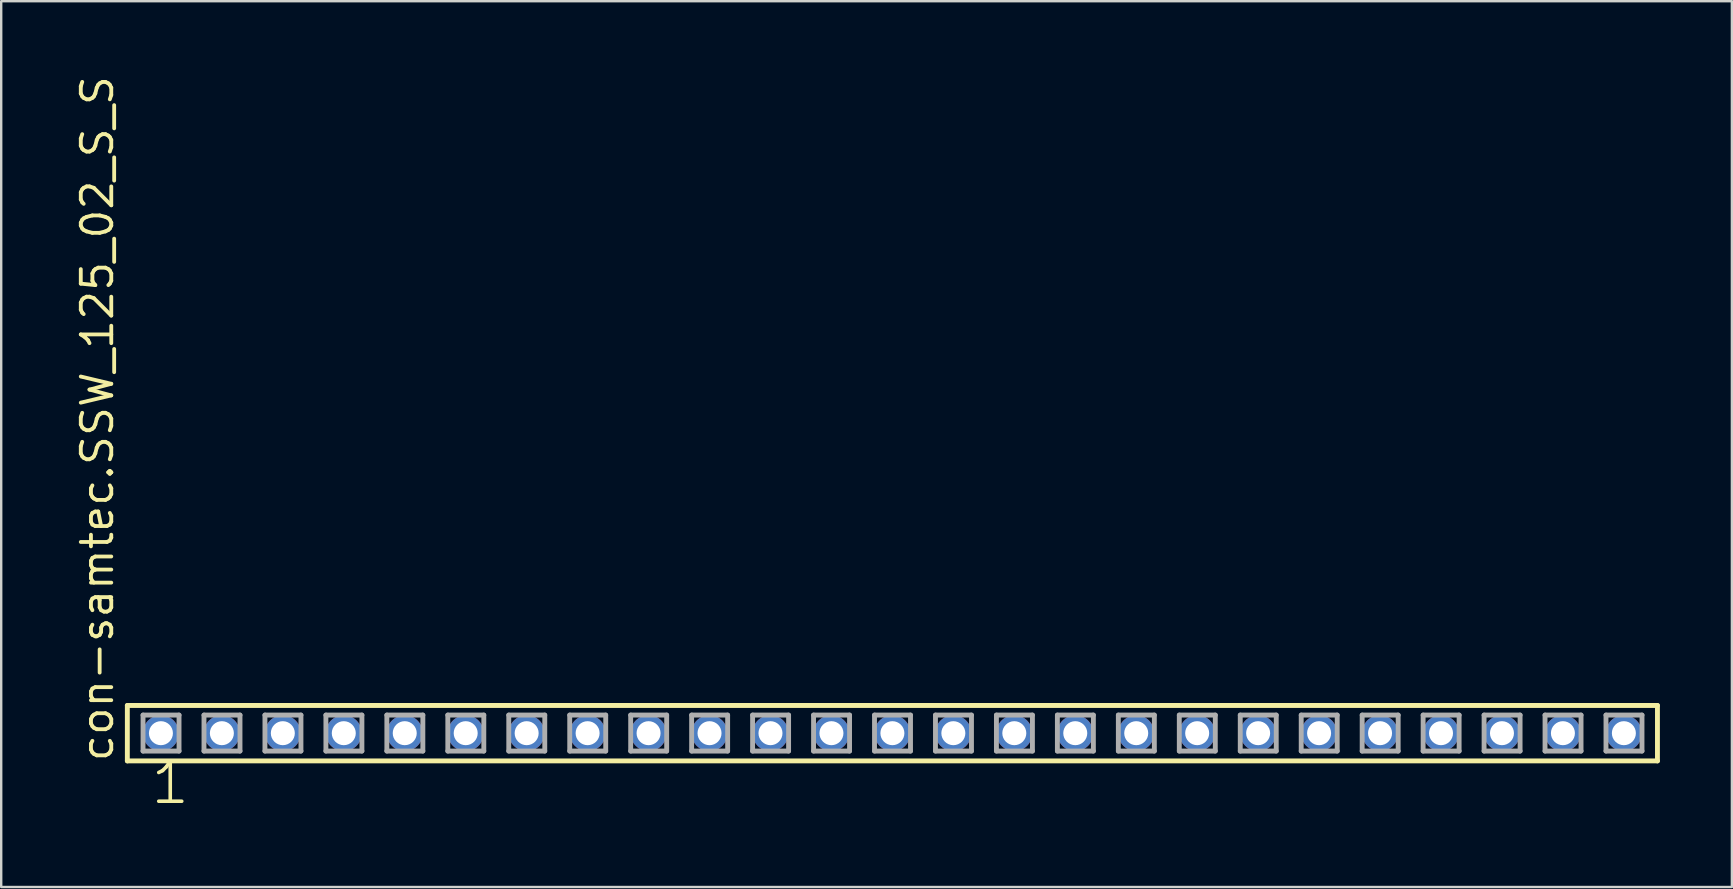
<source format=kicad_pcb>
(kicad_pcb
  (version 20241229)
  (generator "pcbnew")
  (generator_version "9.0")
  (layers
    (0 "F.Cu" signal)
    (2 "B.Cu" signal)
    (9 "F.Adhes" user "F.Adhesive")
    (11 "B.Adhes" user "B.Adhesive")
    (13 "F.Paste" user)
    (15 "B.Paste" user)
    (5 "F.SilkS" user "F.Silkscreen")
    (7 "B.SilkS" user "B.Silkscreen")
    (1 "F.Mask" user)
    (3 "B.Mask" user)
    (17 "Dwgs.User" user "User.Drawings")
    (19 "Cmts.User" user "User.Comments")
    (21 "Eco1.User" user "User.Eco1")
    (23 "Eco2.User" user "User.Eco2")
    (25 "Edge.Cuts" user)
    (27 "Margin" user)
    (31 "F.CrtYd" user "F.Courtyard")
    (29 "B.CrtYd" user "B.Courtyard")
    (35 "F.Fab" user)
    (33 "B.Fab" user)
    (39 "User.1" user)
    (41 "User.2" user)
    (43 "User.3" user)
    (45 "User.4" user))
  (footprint "con-samtec.SSW_125_02_S_S"
    (layer "F.Cu")
    (at 34.135 27.501)
    (property "Reference" "con-samtec.SSW_125_02_S_S" (at -32.385 1.27 90) (layer "F.SilkS") (effects (font (size 1.27 1.27) (thickness 0.16)) (justify left bottom)))
    (attr through_hole)
    (fp_line (start -31.879 -1.155) (end 31.879 -1.155) (stroke (width 0.203) (type default)) (layer "F.SilkS"))
    (fp_line (start -31.879 1.155) (end -31.879 -1.155) (stroke (width 0.203) (type default)) (layer "F.SilkS"))
    (fp_line (start 31.879 -1.155) (end 31.879 1.155) (stroke (width 0.203) (type default)) (layer "F.SilkS"))
    (fp_line (start 31.879 1.155) (end -31.879 1.155) (stroke (width 0.203) (type default)) (layer "F.SilkS"))
    (fp_line (start -31.225 -0.755) (end -29.725 -0.755) (stroke (width 0.203) (type default)) (layer "F.Fab"))
    (fp_line (start -31.225 0.745) (end -31.225 -0.755) (stroke (width 0.203) (type default)) (layer "F.Fab"))
    (fp_line (start -29.725 -0.755) (end -29.725 0.745) (stroke (width 0.203) (type default)) (layer "F.Fab"))
    (fp_line (start -29.725 0.745) (end -31.225 0.745) (stroke (width 0.203) (type default)) (layer "F.Fab"))
    (fp_line (start -28.685 -0.755) (end -27.185 -0.755) (stroke (width 0.203) (type default)) (layer "F.Fab"))
    (fp_line (start -28.685 0.745) (end -28.685 -0.755) (stroke (width 0.203) (type default)) (layer "F.Fab"))
    (fp_line (start -27.185 -0.755) (end -27.185 0.745) (stroke (width 0.203) (type default)) (layer "F.Fab"))
    (fp_line (start -27.185 0.745) (end -28.685 0.745) (stroke (width 0.203) (type default)) (layer "F.Fab"))
    (fp_line (start -26.145 -0.755) (end -24.645 -0.755) (stroke (width 0.203) (type default)) (layer "F.Fab"))
    (fp_line (start -26.145 0.745) (end -26.145 -0.755) (stroke (width 0.203) (type default)) (layer "F.Fab"))
    (fp_line (start -24.645 -0.755) (end -24.645 0.745) (stroke (width 0.203) (type default)) (layer "F.Fab"))
    (fp_line (start -24.645 0.745) (end -26.145 0.745) (stroke (width 0.203) (type default)) (layer "F.Fab"))
    (fp_line (start -23.605 -0.755) (end -22.105 -0.755) (stroke (width 0.203) (type default)) (layer "F.Fab"))
    (fp_line (start -23.605 0.745) (end -23.605 -0.755) (stroke (width 0.203) (type default)) (layer "F.Fab"))
    (fp_line (start -22.105 -0.755) (end -22.105 0.745) (stroke (width 0.203) (type default)) (layer "F.Fab"))
    (fp_line (start -22.105 0.745) (end -23.605 0.745) (stroke (width 0.203) (type default)) (layer "F.Fab"))
    (fp_line (start -21.065 -0.755) (end -19.565 -0.755) (stroke (width 0.203) (type default)) (layer "F.Fab"))
    (fp_line (start -21.065 0.745) (end -21.065 -0.755) (stroke (width 0.203) (type default)) (layer "F.Fab"))
    (fp_line (start -19.565 -0.755) (end -19.565 0.745) (stroke (width 0.203) (type default)) (layer "F.Fab"))
    (fp_line (start -19.565 0.745) (end -21.065 0.745) (stroke (width 0.203) (type default)) (layer "F.Fab"))
    (fp_line (start -18.525 -0.755) (end -17.025 -0.755) (stroke (width 0.203) (type default)) (layer "F.Fab"))
    (fp_line (start -18.525 0.745) (end -18.525 -0.755) (stroke (width 0.203) (type default)) (layer "F.Fab"))
    (fp_line (start -17.025 -0.755) (end -17.025 0.745) (stroke (width 0.203) (type default)) (layer "F.Fab"))
    (fp_line (start -17.025 0.745) (end -18.525 0.745) (stroke (width 0.203) (type default)) (layer "F.Fab"))
    (fp_line (start -15.985 -0.755) (end -14.485 -0.755) (stroke (width 0.203) (type default)) (layer "F.Fab"))
    (fp_line (start -15.985 0.745) (end -15.985 -0.755) (stroke (width 0.203) (type default)) (layer "F.Fab"))
    (fp_line (start -14.485 -0.755) (end -14.485 0.745) (stroke (width 0.203) (type default)) (layer "F.Fab"))
    (fp_line (start -14.485 0.745) (end -15.985 0.745) (stroke (width 0.203) (type default)) (layer "F.Fab"))
    (fp_line (start -13.445 -0.755) (end -11.945 -0.755) (stroke (width 0.203) (type default)) (layer "F.Fab"))
    (fp_line (start -13.445 0.745) (end -13.445 -0.755) (stroke (width 0.203) (type default)) (layer "F.Fab"))
    (fp_line (start -11.945 -0.755) (end -11.945 0.745) (stroke (width 0.203) (type default)) (layer "F.Fab"))
    (fp_line (start -11.945 0.745) (end -13.445 0.745) (stroke (width 0.203) (type default)) (layer "F.Fab"))
    (fp_line (start -10.905 -0.755) (end -9.405 -0.755) (stroke (width 0.203) (type default)) (layer "F.Fab"))
    (fp_line (start -10.905 0.745) (end -10.905 -0.755) (stroke (width 0.203) (type default)) (layer "F.Fab"))
    (fp_line (start -9.405 -0.755) (end -9.405 0.745) (stroke (width 0.203) (type default)) (layer "F.Fab"))
    (fp_line (start -9.405 0.745) (end -10.905 0.745) (stroke (width 0.203) (type default)) (layer "F.Fab"))
    (fp_line (start -8.365 -0.755) (end -6.865 -0.755) (stroke (width 0.203) (type default)) (layer "F.Fab"))
    (fp_line (start -8.365 0.745) (end -8.365 -0.755) (stroke (width 0.203) (type default)) (layer "F.Fab"))
    (fp_line (start -6.865 -0.755) (end -6.865 0.745) (stroke (width 0.203) (type default)) (layer "F.Fab"))
    (fp_line (start -6.865 0.745) (end -8.365 0.745) (stroke (width 0.203) (type default)) (layer "F.Fab"))
    (fp_line (start -5.825 -0.755) (end -4.325 -0.755) (stroke (width 0.203) (type default)) (layer "F.Fab"))
    (fp_line (start -5.825 0.745) (end -5.825 -0.755) (stroke (width 0.203) (type default)) (layer "F.Fab"))
    (fp_line (start -4.325 -0.755) (end -4.325 0.745) (stroke (width 0.203) (type default)) (layer "F.Fab"))
    (fp_line (start -4.325 0.745) (end -5.825 0.745) (stroke (width 0.203) (type default)) (layer "F.Fab"))
    (fp_line (start -3.285 -0.755) (end -1.785 -0.755) (stroke (width 0.203) (type default)) (layer "F.Fab"))
    (fp_line (start -3.285 0.745) (end -3.285 -0.755) (stroke (width 0.203) (type default)) (layer "F.Fab"))
    (fp_line (start -1.785 -0.755) (end -1.785 0.745) (stroke (width 0.203) (type default)) (layer "F.Fab"))
    (fp_line (start -1.785 0.745) (end -3.285 0.745) (stroke (width 0.203) (type default)) (layer "F.Fab"))
    (fp_line (start -0.745 -0.755) (end 0.755 -0.755) (stroke (width 0.203) (type default)) (layer "F.Fab"))
    (fp_line (start -0.745 0.745) (end -0.745 -0.755) (stroke (width 0.203) (type default)) (layer "F.Fab"))
    (fp_line (start 0.755 -0.755) (end 0.755 0.745) (stroke (width 0.203) (type default)) (layer "F.Fab"))
    (fp_line (start 0.755 0.745) (end -0.745 0.745) (stroke (width 0.203) (type default)) (layer "F.Fab"))
    (fp_line (start 1.795 -0.755) (end 3.295 -0.755) (stroke (width 0.203) (type default)) (layer "F.Fab"))
    (fp_line (start 1.795 0.745) (end 1.795 -0.755) (stroke (width 0.203) (type default)) (layer "F.Fab"))
    (fp_line (start 3.295 -0.755) (end 3.295 0.745) (stroke (width 0.203) (type default)) (layer "F.Fab"))
    (fp_line (start 3.295 0.745) (end 1.795 0.745) (stroke (width 0.203) (type default)) (layer "F.Fab"))
    (fp_line (start 4.335 -0.755) (end 5.835 -0.755) (stroke (width 0.203) (type default)) (layer "F.Fab"))
    (fp_line (start 4.335 0.745) (end 4.335 -0.755) (stroke (width 0.203) (type default)) (layer "F.Fab"))
    (fp_line (start 5.835 -0.755) (end 5.835 0.745) (stroke (width 0.203) (type default)) (layer "F.Fab"))
    (fp_line (start 5.835 0.745) (end 4.335 0.745) (stroke (width 0.203) (type default)) (layer "F.Fab"))
    (fp_line (start 6.875 -0.755) (end 8.375 -0.755) (stroke (width 0.203) (type default)) (layer "F.Fab"))
    (fp_line (start 6.875 0.745) (end 6.875 -0.755) (stroke (width 0.203) (type default)) (layer "F.Fab"))
    (fp_line (start 8.375 -0.755) (end 8.375 0.745) (stroke (width 0.203) (type default)) (layer "F.Fab"))
    (fp_line (start 8.375 0.745) (end 6.875 0.745) (stroke (width 0.203) (type default)) (layer "F.Fab"))
    (fp_line (start 9.415 -0.755) (end 10.915 -0.755) (stroke (width 0.203) (type default)) (layer "F.Fab"))
    (fp_line (start 9.415 0.745) (end 9.415 -0.755) (stroke (width 0.203) (type default)) (layer "F.Fab"))
    (fp_line (start 10.915 -0.755) (end 10.915 0.745) (stroke (width 0.203) (type default)) (layer "F.Fab"))
    (fp_line (start 10.915 0.745) (end 9.415 0.745) (stroke (width 0.203) (type default)) (layer "F.Fab"))
    (fp_line (start 11.955 -0.755) (end 13.455 -0.755) (stroke (width 0.203) (type default)) (layer "F.Fab"))
    (fp_line (start 11.955 0.745) (end 11.955 -0.755) (stroke (width 0.203) (type default)) (layer "F.Fab"))
    (fp_line (start 13.455 -0.755) (end 13.455 0.745) (stroke (width 0.203) (type default)) (layer "F.Fab"))
    (fp_line (start 13.455 0.745) (end 11.955 0.745) (stroke (width 0.203) (type default)) (layer "F.Fab"))
    (fp_line (start 14.495 -0.755) (end 15.995 -0.755) (stroke (width 0.203) (type default)) (layer "F.Fab"))
    (fp_line (start 14.495 0.745) (end 14.495 -0.755) (stroke (width 0.203) (type default)) (layer "F.Fab"))
    (fp_line (start 15.995 -0.755) (end 15.995 0.745) (stroke (width 0.203) (type default)) (layer "F.Fab"))
    (fp_line (start 15.995 0.745) (end 14.495 0.745) (stroke (width 0.203) (type default)) (layer "F.Fab"))
    (fp_line (start 17.035 -0.755) (end 18.535 -0.755) (stroke (width 0.203) (type default)) (layer "F.Fab"))
    (fp_line (start 17.035 0.745) (end 17.035 -0.755) (stroke (width 0.203) (type default)) (layer "F.Fab"))
    (fp_line (start 18.535 -0.755) (end 18.535 0.745) (stroke (width 0.203) (type default)) (layer "F.Fab"))
    (fp_line (start 18.535 0.745) (end 17.035 0.745) (stroke (width 0.203) (type default)) (layer "F.Fab"))
    (fp_line (start 19.575 -0.755) (end 21.075 -0.755) (stroke (width 0.203) (type default)) (layer "F.Fab"))
    (fp_line (start 19.575 0.745) (end 19.575 -0.755) (stroke (width 0.203) (type default)) (layer "F.Fab"))
    (fp_line (start 21.075 -0.755) (end 21.075 0.745) (stroke (width 0.203) (type default)) (layer "F.Fab"))
    (fp_line (start 21.075 0.745) (end 19.575 0.745) (stroke (width 0.203) (type default)) (layer "F.Fab"))
    (fp_line (start 22.115 -0.755) (end 23.615 -0.755) (stroke (width 0.203) (type default)) (layer "F.Fab"))
    (fp_line (start 22.115 0.745) (end 22.115 -0.755) (stroke (width 0.203) (type default)) (layer "F.Fab"))
    (fp_line (start 23.615 -0.755) (end 23.615 0.745) (stroke (width 0.203) (type default)) (layer "F.Fab"))
    (fp_line (start 23.615 0.745) (end 22.115 0.745) (stroke (width 0.203) (type default)) (layer "F.Fab"))
    (fp_line (start 24.655 -0.755) (end 26.155 -0.755) (stroke (width 0.203) (type default)) (layer "F.Fab"))
    (fp_line (start 24.655 0.745) (end 24.655 -0.755) (stroke (width 0.203) (type default)) (layer "F.Fab"))
    (fp_line (start 26.155 -0.755) (end 26.155 0.745) (stroke (width 0.203) (type default)) (layer "F.Fab"))
    (fp_line (start 26.155 0.745) (end 24.655 0.745) (stroke (width 0.203) (type default)) (layer "F.Fab"))
    (fp_line (start 27.195 -0.755) (end 28.695 -0.755) (stroke (width 0.203) (type default)) (layer "F.Fab"))
    (fp_line (start 27.195 0.745) (end 27.195 -0.755) (stroke (width 0.203) (type default)) (layer "F.Fab"))
    (fp_line (start 28.695 -0.755) (end 28.695 0.745) (stroke (width 0.203) (type default)) (layer "F.Fab"))
    (fp_line (start 28.695 0.745) (end 27.195 0.745) (stroke (width 0.203) (type default)) (layer "F.Fab"))
    (fp_line (start 29.735 -0.755) (end 31.235 -0.755) (stroke (width 0.203) (type default)) (layer "F.Fab"))
    (fp_line (start 29.735 0.745) (end 29.735 -0.755) (stroke (width 0.203) (type default)) (layer "F.Fab"))
    (fp_line (start 31.235 -0.755) (end 31.235 0.745) (stroke (width 0.203) (type default)) (layer "F.Fab"))
    (fp_line (start 31.235 0.745) (end 29.735 0.745) (stroke (width 0.203) (type default)) (layer "F.Fab"))
    (fp_text user "1" (at -30.988 3.048 0) (layer "F.SilkS") (effects (font (size 1.676 1.676) (thickness 0.15)) (justify left bottom)))
    (pad "1" thru_hole circle (at -30.48 0) (size 1.5 1.5) (drill 1) (layers "*.Cu" "*.Mask"))
    (pad "2" thru_hole circle (at -27.94 0) (size 1.5 1.5) (drill 1) (layers "*.Cu" "*.Mask"))
    (pad "3" thru_hole circle (at -25.4 0) (size 1.5 1.5) (drill 1) (layers "*.Cu" "*.Mask"))
    (pad "4" thru_hole circle (at -22.86 0) (size 1.5 1.5) (drill 1) (layers "*.Cu" "*.Mask"))
    (pad "5" thru_hole circle (at -20.32 0) (size 1.5 1.5) (drill 1) (layers "*.Cu" "*.Mask"))
    (pad "6" thru_hole circle (at -17.78 0) (size 1.5 1.5) (drill 1) (layers "*.Cu" "*.Mask"))
    (pad "7" thru_hole circle (at -15.24 0) (size 1.5 1.5) (drill 1) (layers "*.Cu" "*.Mask"))
    (pad "8" thru_hole circle (at -12.7 0) (size 1.5 1.5) (drill 1) (layers "*.Cu" "*.Mask"))
    (pad "9" thru_hole circle (at -10.16 0) (size 1.5 1.5) (drill 1) (layers "*.Cu" "*.Mask"))
    (pad "10" thru_hole circle (at -7.62 0) (size 1.5 1.5) (drill 1) (layers "*.Cu" "*.Mask"))
    (pad "11" thru_hole circle (at -5.08 0) (size 1.5 1.5) (drill 1) (layers "*.Cu" "*.Mask"))
    (pad "12" thru_hole circle (at -2.54 0) (size 1.5 1.5) (drill 1) (layers "*.Cu" "*.Mask"))
    (pad "13" thru_hole circle (at 0 0) (size 1.5 1.5) (drill 1) (layers "*.Cu" "*.Mask"))
    (pad "14" thru_hole circle (at 2.54 0) (size 1.5 1.5) (drill 1) (layers "*.Cu" "*.Mask"))
    (pad "15" thru_hole circle (at 5.08 0) (size 1.5 1.5) (drill 1) (layers "*.Cu" "*.Mask"))
    (pad "16" thru_hole circle (at 7.62 0) (size 1.5 1.5) (drill 1) (layers "*.Cu" "*.Mask"))
    (pad "17" thru_hole circle (at 10.16 0) (size 1.5 1.5) (drill 1) (layers "*.Cu" "*.Mask"))
    (pad "18" thru_hole circle (at 12.7 0) (size 1.5 1.5) (drill 1) (layers "*.Cu" "*.Mask"))
    (pad "19" thru_hole circle (at 15.24 0) (size 1.5 1.5) (drill 1) (layers "*.Cu" "*.Mask"))
    (pad "20" thru_hole circle (at 17.78 0) (size 1.5 1.5) (drill 1) (layers "*.Cu" "*.Mask"))
    (pad "21" thru_hole circle (at 20.32 0) (size 1.5 1.5) (drill 1) (layers "*.Cu" "*.Mask"))
    (pad "22" thru_hole circle (at 22.86 0) (size 1.5 1.5) (drill 1) (layers "*.Cu" "*.Mask"))
    (pad "23" thru_hole circle (at 25.4 0) (size 1.5 1.5) (drill 1) (layers "*.Cu" "*.Mask"))
    (pad "24" thru_hole circle (at 27.94 0) (size 1.5 1.5) (drill 1) (layers "*.Cu" "*.Mask"))
    (pad "25" thru_hole circle (at 30.48 0) (size 1.5 1.5) (drill 1) (layers "*.Cu" "*.Mask")))
  (gr_rect
    (start -3 -3)
    (end 69.116 33.91)
    (stroke (width 0.1) (type default))
    (fill no)
    (layer "Edge.Cuts")))
</source>
